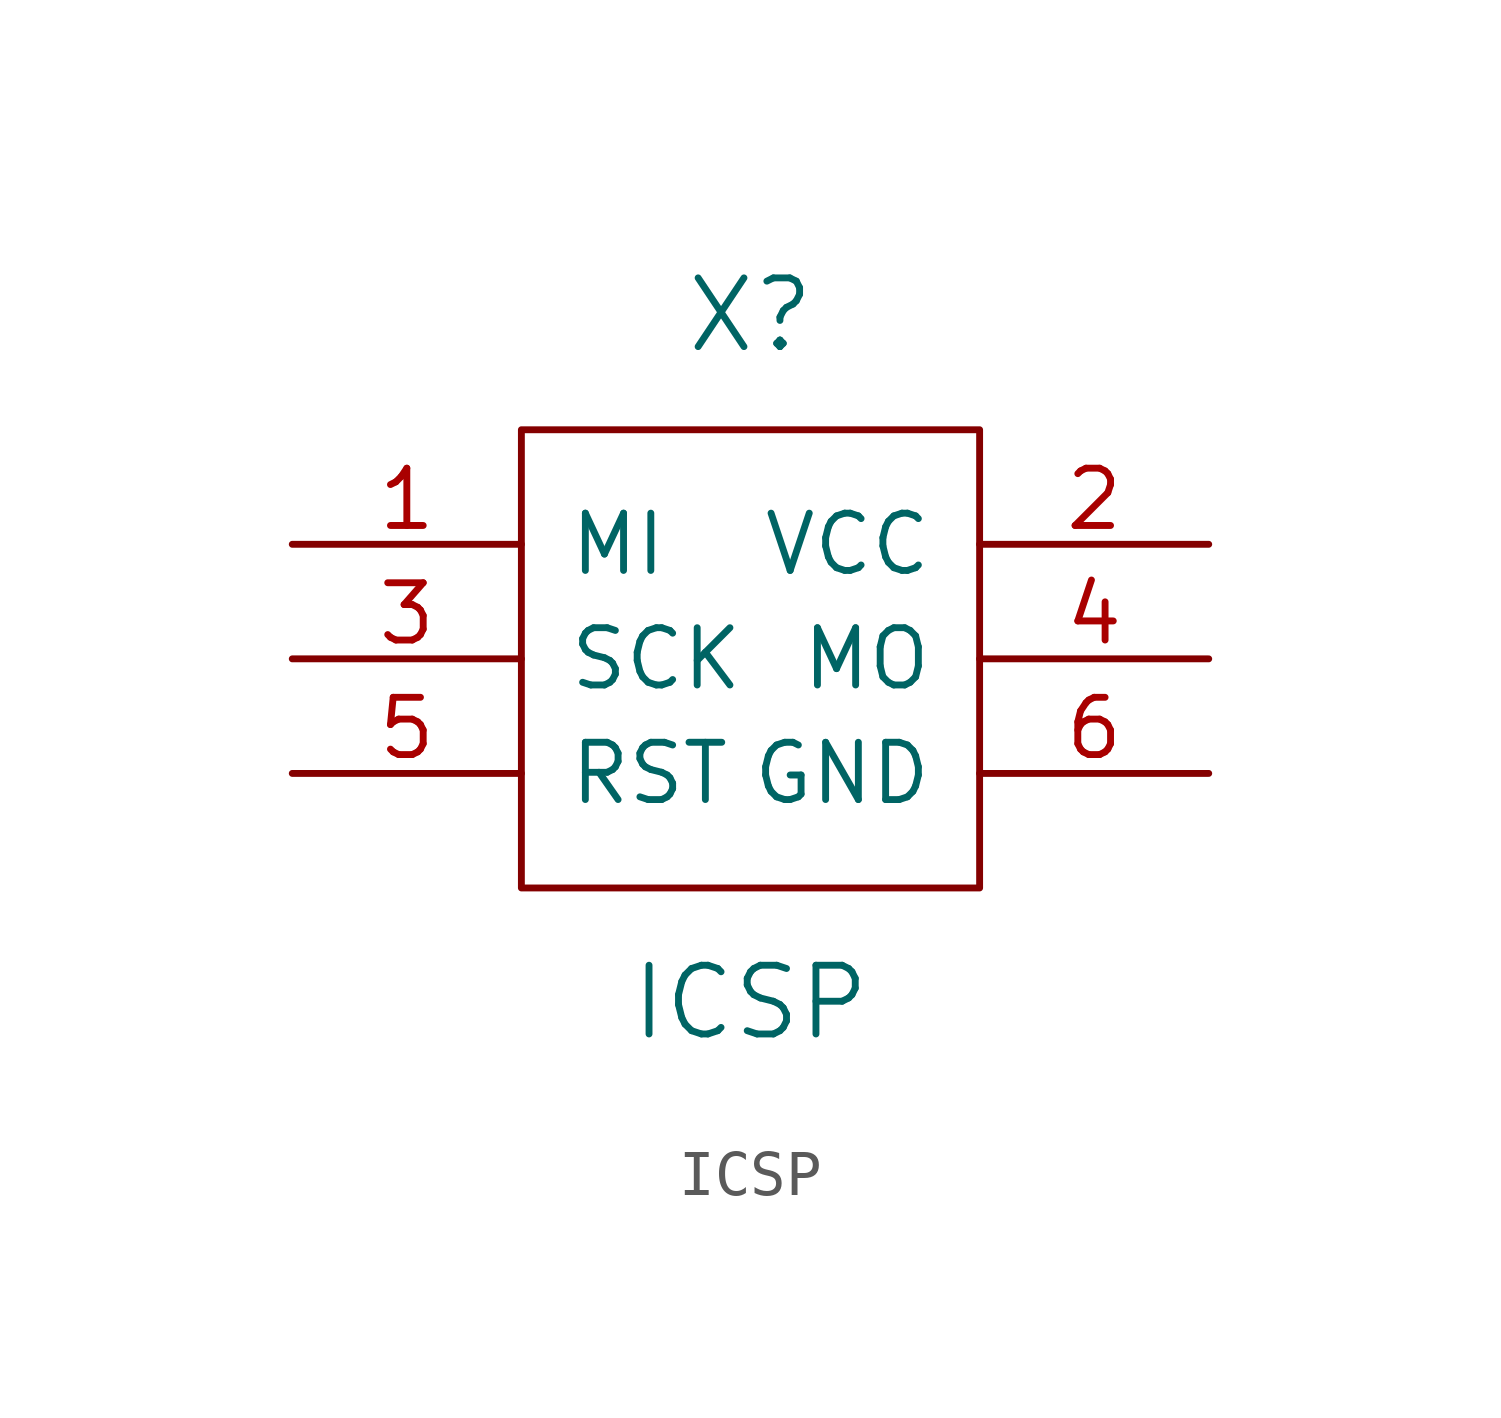
<source format=kicad_sym>
(kicad_symbol_lib
  (version 20231120)
  (generator "kicad_symbol_editor")
  (generator_version "8.0")
  (symbol "ICSP"
    (pin_names
      (offset 1.016))
    (property "Reference" "X"
      (at 0 7.62 0)
      (effects (font (size 1.524 1.524))))
    (property "Value" "ICSP"
      (at 0 -7.62 0)
      (effects (font (size 1.524 1.524))))
    (symbol "ICSP_0_1"
      (rectangle (start -5.08 5.08) (end 5.08 -5.08) (stroke (width 0) (type solid)) (fill (type none))))
    (symbol "ICSP_1_1"
      (pin bidirectional line (at -10.16 2.54 0) (length 5.08) (name "MI" (effects (font (size 1.27 1.27)))) (number "1" (effects (font (size 1.27 1.27)))))
      (pin bidirectional line (at 10.16 2.54 180) (length 5.08) (name "VCC" (effects (font (size 1.27 1.27)))) (number "2" (effects (font (size 1.27 1.27)))))
      (pin bidirectional line (at -10.16 0 0) (length 5.08) (name "SCK" (effects (font (size 1.27 1.27)))) (number "3" (effects (font (size 1.27 1.27)))))
      (pin bidirectional line (at 10.16 0 180) (length 5.08) (name "MO" (effects (font (size 1.27 1.27)))) (number "4" (effects (font (size 1.27 1.27)))))
      (pin bidirectional line (at -10.16 -2.54 0) (length 5.08) (name "RST" (effects (font (size 1.27 1.27)))) (number "5" (effects (font (size 1.27 1.27)))))
      (pin bidirectional line (at 10.16 -2.54 180) (length 5.08) (name "GND" (effects (font (size 1.27 1.27)))) (number "6" (effects (font (size 1.27 1.27))))))))
</source>
